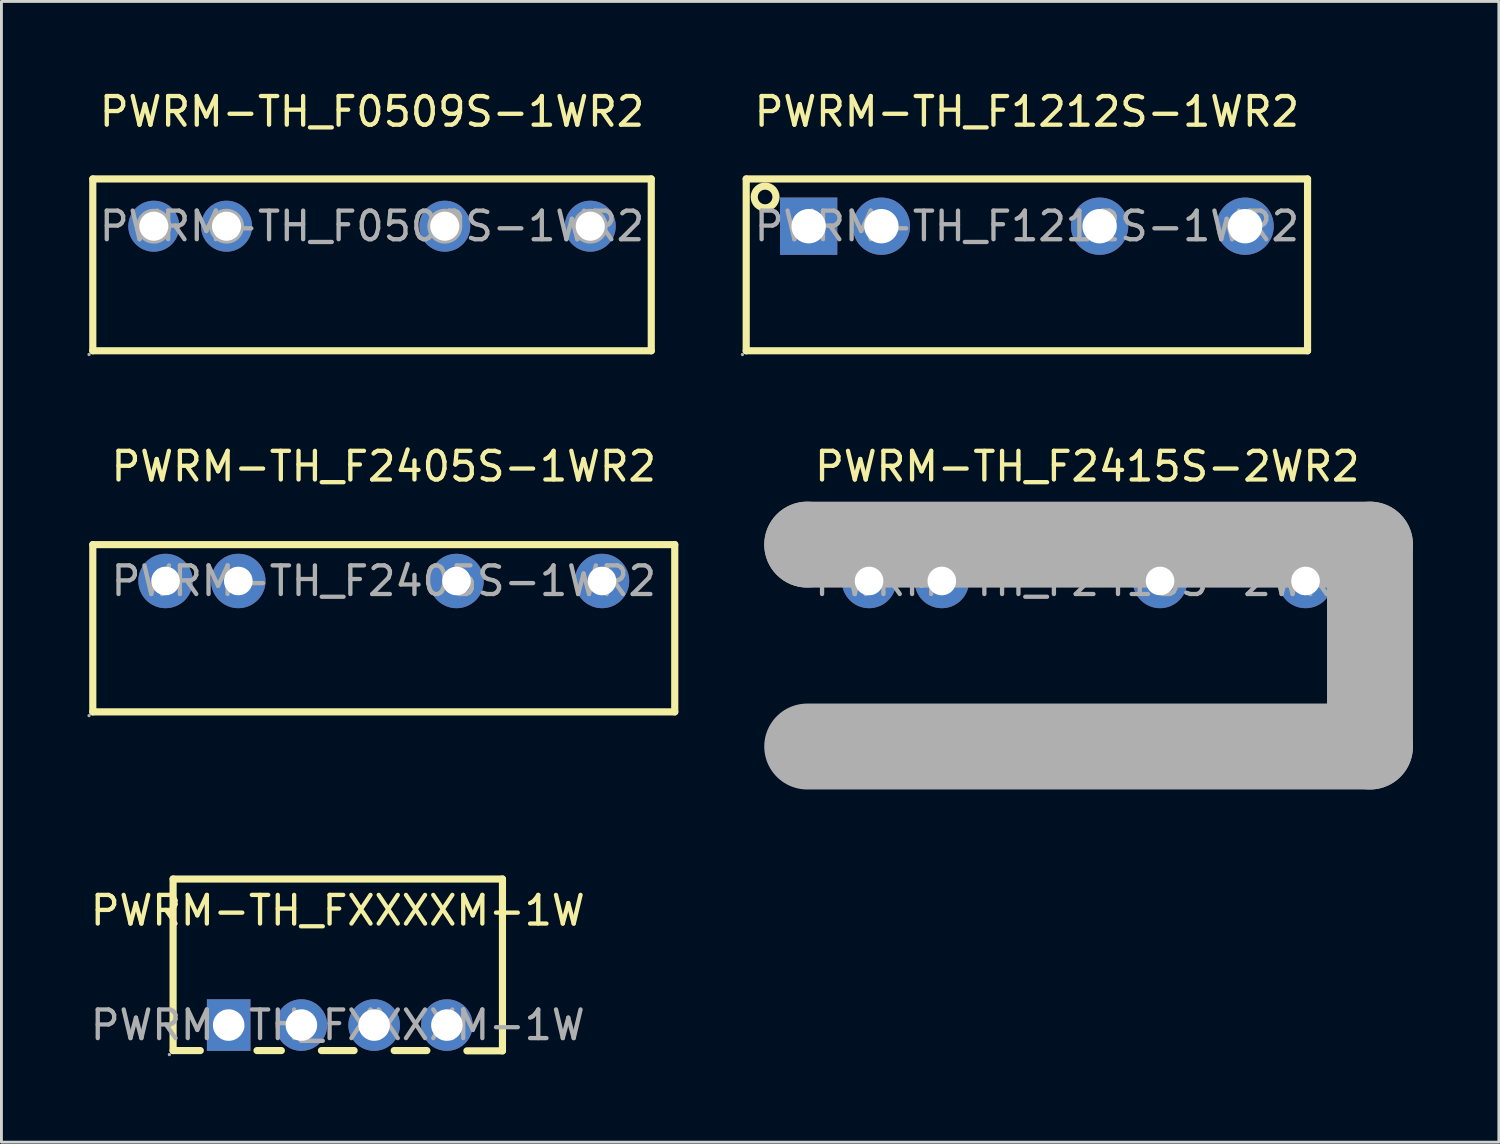
<source format=kicad_pcb>
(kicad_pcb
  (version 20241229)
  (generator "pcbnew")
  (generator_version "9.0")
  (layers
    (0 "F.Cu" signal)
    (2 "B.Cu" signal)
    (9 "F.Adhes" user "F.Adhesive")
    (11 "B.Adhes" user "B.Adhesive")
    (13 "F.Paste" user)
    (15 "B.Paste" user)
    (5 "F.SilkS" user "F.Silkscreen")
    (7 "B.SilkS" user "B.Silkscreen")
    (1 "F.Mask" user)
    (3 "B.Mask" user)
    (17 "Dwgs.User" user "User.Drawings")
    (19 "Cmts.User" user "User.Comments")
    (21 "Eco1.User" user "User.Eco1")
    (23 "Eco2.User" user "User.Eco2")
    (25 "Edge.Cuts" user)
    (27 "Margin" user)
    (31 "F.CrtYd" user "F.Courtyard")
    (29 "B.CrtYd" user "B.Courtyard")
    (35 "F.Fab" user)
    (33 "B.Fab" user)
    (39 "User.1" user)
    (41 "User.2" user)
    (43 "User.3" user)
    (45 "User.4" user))
  (footprint "PWRM-TH_F1212S-1WR2"
    (layer "F.Cu")
    (at 32.805 4.848)
    (property "Reference" "PWRM-TH_F1212S-1WR2" (at 0 -4 0) (layer "F.SilkS") (effects (font (size 1 1) (thickness 0.15))))
    (attr through_hole)
    (fp_line (start -9.8 -1.65) (end -9.8 4.35) (stroke (width 0.25) (type solid)) (layer "F.SilkS"))
    (fp_line (start -9.8 -1.65) (end 9.8 -1.65) (stroke (width 0.25) (type solid)) (layer "F.SilkS"))
    (fp_line (start 9.8 4.35) (end -9.8 4.35) (stroke (width 0.25) (type solid)) (layer "F.SilkS"))
    (fp_line (start 9.8 4.35) (end 9.8 -1.65) (stroke (width 0.25) (type solid)) (layer "F.SilkS"))
    (fp_circle (center -9.14 -1.02) (end -8.76 -1.02) (stroke (width 0.25) (type solid)) (fill no) (layer "F.SilkS"))
    (fp_circle (center -9.93 4.48) (end -9.9 4.48) (stroke (width 0.06) (type solid)) (fill no) (layer "F.Fab"))
    (fp_circle (center -7.62 0) (end -7.37 0) (stroke (width 0.5) (type solid)) (fill no) (layer "F.Fab"))
    (fp_circle (center -5.08 0) (end -4.83 0) (stroke (width 0.5) (type solid)) (fill no) (layer "F.Fab"))
    (fp_circle (center 2.54 0) (end 2.79 0) (stroke (width 0.5) (type solid)) (fill no) (layer "F.Fab"))
    (fp_circle (center 7.62 0) (end 7.87 0) (stroke (width 0.5) (type solid)) (fill no) (layer "F.Fab"))
    (fp_text user "${REFERENCE}" (at 0 0 0) (layer "F.Fab") (effects (font (size 1 1) (thickness 0.15))))
    (pad "1" thru_hole rect (at -7.62 0) (size 2 2) (drill 1.2) (layers "*.Cu" "*.Paste" "*.Mask"))
    (pad "2" thru_hole circle (at -5.08 0) (size 2 2) (drill 1.2) (layers "*.Cu" "*.Paste" "*.Mask"))
    (pad "5" thru_hole circle (at 2.54 0) (size 2 2) (drill 1.2) (layers "*.Cu" "*.Paste" "*.Mask"))
    (pad "7" thru_hole circle (at 7.62 0) (size 2 2) (drill 1.2) (layers "*.Cu" "*.Paste" "*.Mask")))
  (footprint "PWRM-TH_F0509S-1WR2"
    (layer "F.Cu")
    (at 9.94 4.848)
    (property "Reference" "PWRM-TH_F0509S-1WR2" (at 0 -4 0) (layer "F.SilkS") (effects (font (size 1 1) (thickness 0.15))))
    (attr through_hole)
    (fp_line (start -9.75 -1.65) (end 9.75 -1.65) (stroke (width 0.25) (type solid)) (layer "F.SilkS"))
    (fp_line (start -9.75 4.35) (end -9.75 -1.65) (stroke (width 0.25) (type solid)) (layer "F.SilkS"))
    (fp_line (start 9.75 -1.65) (end 9.75 4.35) (stroke (width 0.25) (type solid)) (layer "F.SilkS"))
    (fp_line (start 9.75 4.35) (end -9.75 4.35) (stroke (width 0.25) (type solid)) (layer "F.SilkS"))
    (fp_circle (center -9.88 4.48) (end -9.85 4.48) (stroke (width 0.06) (type solid)) (fill no) (layer "F.Fab"))
    (fp_circle (center -7.62 0) (end -7.42 0) (stroke (width 0.41) (type solid)) (fill no) (layer "F.Fab"))
    (fp_circle (center -5.08 0) (end -4.88 0) (stroke (width 0.41) (type solid)) (fill no) (layer "F.Fab"))
    (fp_circle (center 2.54 0) (end 2.74 0) (stroke (width 0.41) (type solid)) (fill no) (layer "F.Fab"))
    (fp_circle (center 7.62 0) (end 7.82 0) (stroke (width 0.41) (type solid)) (fill no) (layer "F.Fab"))
    (fp_text user "${REFERENCE}" (at 0 0 0) (layer "F.Fab") (effects (font (size 1 1) (thickness 0.15))))
    (pad "1" thru_hole circle (at -7.62 0) (size 1.78 1.78) (drill 1.016) (layers "*.Cu" "*.Paste" "*.Mask"))
    (pad "2" thru_hole circle (at -5.08 0) (size 1.78 1.78) (drill 1.016) (layers "*.Cu" "*.Paste" "*.Mask"))
    (pad "5" thru_hole circle (at 2.54 0) (size 1.78 1.78) (drill 1.016) (layers "*.Cu" "*.Paste" "*.Mask"))
    (pad "7" thru_hole circle (at 7.62 0) (size 1.78 1.78) (drill 1.016) (layers "*.Cu" "*.Paste" "*.Mask")))
  (footprint "PWRM-TH_FXXXXM-1W"
    (layer "F.Cu")
    (at 8.744 32.742)
    (property "Reference" "PWRM-TH_FXXXXM-1W" (at 0 -4 0) (layer "F.SilkS") (effects (font (size 1 1) (thickness 0.15))))
    (attr through_hole)
    (fp_line (start -5.75 -5.1) (end -5.75 0.89) (stroke (width 0.25) (type solid)) (layer "F.SilkS"))
    (fp_line (start -5.75 0.89) (end -4.8 0.89) (stroke (width 0.25) (type solid)) (layer "F.SilkS"))
    (fp_line (start -2.82 0.89) (end -1.97 0.89) (stroke (width 0.25) (type solid)) (layer "F.SilkS"))
    (fp_line (start -0.57 0.89) (end 0.57 0.89) (stroke (width 0.25) (type solid)) (layer "F.SilkS"))
    (fp_line (start 1.97 0.89) (end 3.11 0.89) (stroke (width 0.25) (type solid)) (layer "F.SilkS"))
    (fp_line (start 5.75 -5.1) (end -5.75 -5.1) (stroke (width 0.25) (type solid)) (layer "F.SilkS"))
    (fp_line (start 5.75 -5.1) (end 5.75 0.9) (stroke (width 0.25) (type solid)) (layer "F.SilkS"))
    (fp_line (start 5.75 0.9) (end 4.51 0.9) (stroke (width 0.25) (type solid)) (layer "F.SilkS"))
    (fp_circle (center -5.88 1.03) (end -5.85 1.03) (stroke (width 0.06) (type solid)) (fill no) (layer "F.Fab"))
    (fp_circle (center -3.81 0) (end -3.58 0) (stroke (width 0.45) (type solid)) (fill no) (layer "F.Fab"))
    (fp_circle (center -1.27 0) (end -1.04 0) (stroke (width 0.45) (type solid)) (fill no) (layer "F.Fab"))
    (fp_circle (center 1.27 0) (end 1.5 0) (stroke (width 0.45) (type solid)) (fill no) (layer "F.Fab"))
    (fp_circle (center 3.81 0) (end 4.04 0) (stroke (width 0.45) (type solid)) (fill no) (layer "F.Fab"))
    (fp_text user "${REFERENCE}" (at 0 0 0) (layer "F.Fab") (effects (font (size 1 1) (thickness 0.15))))
    (pad "1" thru_hole rect (at -3.81 0) (size 1.52 1.8) (drill 1.1) (layers "*.Cu" "*.Paste" "*.Mask"))
    (pad "2" thru_hole circle (at -1.27 0) (size 1.8 1.8) (drill 1.1) (layers "*.Cu" "*.Paste" "*.Mask"))
    (pad "3" thru_hole circle (at 1.27 0) (size 1.8 1.8) (drill 1.1) (layers "*.Cu" "*.Paste" "*.Mask"))
    (pad "4" thru_hole circle (at 3.81 0) (size 1.8 1.8) (drill 1.1) (layers "*.Cu" "*.Paste" "*.Mask")))
  (footprint "PWRM-TH_F2415S-2WR2"
    (layer "F.Cu")
    (at 34.915 17.236)
    (property "Reference" "PWRM-TH_F2415S-2WR2" (at 0 -4 0) (layer "F.SilkS") (effects (font (size 1 1) (thickness 0.15))))
    (attr through_hole)
    (fp_line (start -9.78 -1.27) (end -9.78 -1.27) (stroke (width 3) (type solid)) (layer "F.Fab"))
    (fp_line (start -9.78 -1.27) (end 9.87 -1.27) (stroke (width 3) (type solid)) (layer "F.Fab"))
    (fp_line (start 9.87 -1.27) (end 9.87 5.78) (stroke (width 3) (type solid)) (layer "F.Fab"))
    (fp_line (start 9.87 5.78) (end -9.78 5.78) (stroke (width 3) (type solid)) (layer "F.Fab"))
    (fp_circle (center -9.91 5.91) (end -9.88 5.91) (stroke (width 0.06) (type solid)) (fill no) (layer "F.Fab"))
    (fp_circle (center -7.62 0) (end -7.42 0) (stroke (width 0.4) (type solid)) (fill no) (layer "F.Fab"))
    (fp_circle (center -5.08 0) (end -4.88 0) (stroke (width 0.4) (type solid)) (fill no) (layer "F.Fab"))
    (fp_circle (center 2.54 0) (end 2.74 0) (stroke (width 0.4) (type solid)) (fill no) (layer "F.Fab"))
    (fp_circle (center 7.62 0) (end 7.82 0) (stroke (width 0.4) (type solid)) (fill no) (layer "F.Fab"))
    (fp_text user "${REFERENCE}" (at 0 0 0) (layer "F.Fab") (effects (font (size 1 1) (thickness 0.15))))
    (pad "1" thru_hole circle (at -7.62 0) (size 1.9 1.9) (drill 1) (layers "*.Cu" "*.Paste" "*.Mask"))
    (pad "2" thru_hole circle (at -5.08 0) (size 1.9 1.9) (drill 1) (layers "*.Cu" "*.Paste" "*.Mask"))
    (pad "5" thru_hole circle (at 2.54 0) (size 1.9 1.9) (drill 1) (layers "*.Cu" "*.Paste" "*.Mask"))
    (pad "7" thru_hole circle (at 7.62 0) (size 1.9 1.9) (drill 1) (layers "*.Cu" "*.Paste" "*.Mask")))
  (footprint "PWRM-TH_F2405S-1WR2"
    (layer "F.Cu")
    (at 10.35 17.236)
    (property "Reference" "PWRM-TH_F2405S-1WR2" (at 0 -4 0) (layer "F.SilkS") (effects (font (size 1 1) (thickness 0.15))))
    (attr through_hole)
    (fp_line (start -10.16 -1.27) (end 10.16 -1.27) (stroke (width 0.25) (type solid)) (layer "F.SilkS"))
    (fp_line (start -10.16 4.57) (end -10.16 -1.27) (stroke (width 0.25) (type solid)) (layer "F.SilkS"))
    (fp_line (start 10.16 -1.27) (end 10.16 4.57) (stroke (width 0.25) (type solid)) (layer "F.SilkS"))
    (fp_line (start 10.16 4.57) (end -10.16 4.57) (stroke (width 0.25) (type solid)) (layer "F.SilkS"))
    (fp_circle (center -10.29 4.7) (end -10.26 4.7) (stroke (width 0.06) (type solid)) (fill no) (layer "F.Fab"))
    (fp_circle (center -7.62 0) (end -7.42 0) (stroke (width 0.4) (type solid)) (fill no) (layer "F.Fab"))
    (fp_circle (center -5.08 0) (end -4.88 0) (stroke (width 0.4) (type solid)) (fill no) (layer "F.Fab"))
    (fp_circle (center 2.54 0) (end 2.74 0) (stroke (width 0.4) (type solid)) (fill no) (layer "F.Fab"))
    (fp_circle (center 7.62 0) (end 7.82 0) (stroke (width 0.4) (type solid)) (fill no) (layer "F.Fab"))
    (fp_text user "${REFERENCE}" (at 0 0 0) (layer "F.Fab") (effects (font (size 1 1) (thickness 0.15))))
    (pad "1" thru_hole circle (at -7.62 0) (size 1.9 1.9) (drill 1) (layers "*.Cu" "*.Paste" "*.Mask"))
    (pad "2" thru_hole circle (at -5.08 0) (size 1.9 1.9) (drill 1) (layers "*.Cu" "*.Paste" "*.Mask"))
    (pad "5" thru_hole circle (at 2.54 0) (size 1.9 1.9) (drill 1) (layers "*.Cu" "*.Paste" "*.Mask"))
    (pad "7" thru_hole circle (at 7.62 0) (size 1.9 1.9) (drill 1) (layers "*.Cu" "*.Paste" "*.Mask")))
  (gr_rect
    (start -3 -3)
    (end 49.285 36.831)
    (stroke (width 0.1) (type default))
    (fill no)
    (layer "Edge.Cuts")))
</source>
